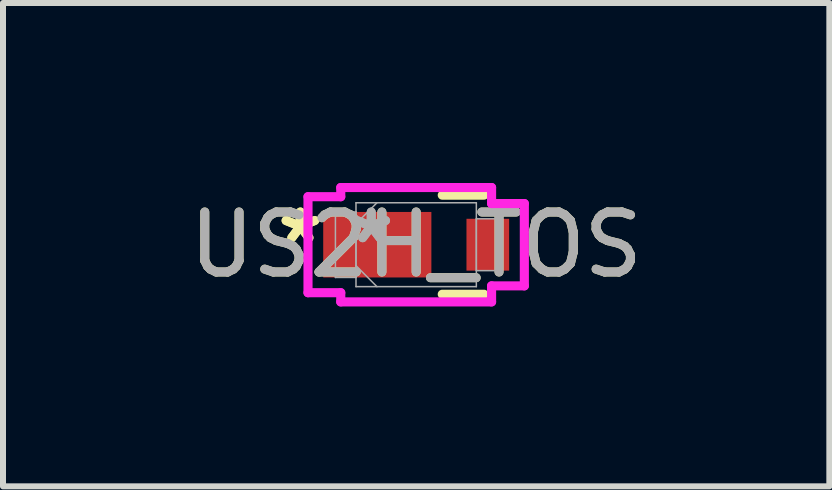
<source format=kicad_pcb>
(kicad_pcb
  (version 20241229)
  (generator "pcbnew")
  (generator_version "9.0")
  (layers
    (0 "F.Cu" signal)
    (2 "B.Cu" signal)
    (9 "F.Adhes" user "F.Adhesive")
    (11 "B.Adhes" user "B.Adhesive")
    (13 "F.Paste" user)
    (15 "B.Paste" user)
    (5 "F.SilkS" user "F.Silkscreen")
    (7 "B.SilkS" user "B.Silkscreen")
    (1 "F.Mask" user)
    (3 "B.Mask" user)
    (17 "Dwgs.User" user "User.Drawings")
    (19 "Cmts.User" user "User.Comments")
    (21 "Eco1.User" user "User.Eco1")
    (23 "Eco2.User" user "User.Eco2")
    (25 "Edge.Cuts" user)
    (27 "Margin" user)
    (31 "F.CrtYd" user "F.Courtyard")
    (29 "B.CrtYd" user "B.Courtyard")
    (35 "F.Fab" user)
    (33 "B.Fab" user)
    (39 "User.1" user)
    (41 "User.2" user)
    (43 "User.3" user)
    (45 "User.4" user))
  (footprint "US2H_TOS"
    (layer "F.Cu")
    (at 3.887 1.029)
    (property "Reference" "US2H_TOS" (at 0 0 0) (unlocked yes) (layer "F.SilkS") (effects (font (size 1 1) (thickness 0.15))))
    (attr smd)
    (fp_line (start 0.435 0.826) (end 1.13 0.826) (stroke (width 0.152) (type solid)) (layer "F.SilkS"))
    (fp_line (start 1.13 -0.826) (end 0.435 -0.826) (stroke (width 0.152) (type solid)) (layer "F.SilkS"))
    (fp_line (start -1.803 -0.8) (end -1.257 -0.8) (stroke (width 0.152) (type solid)) (layer "F.CrtYd"))
    (fp_line (start -1.803 0.8) (end -1.803 -0.8) (stroke (width 0.152) (type solid)) (layer "F.CrtYd"))
    (fp_line (start -1.257 -0.953) (end 1.257 -0.953) (stroke (width 0.152) (type solid)) (layer "F.CrtYd"))
    (fp_line (start -1.257 -0.8) (end -1.257 -0.953) (stroke (width 0.152) (type solid)) (layer "F.CrtYd"))
    (fp_line (start -1.257 0.8) (end -1.803 0.8) (stroke (width 0.152) (type solid)) (layer "F.CrtYd"))
    (fp_line (start -1.257 0.953) (end -1.257 0.8) (stroke (width 0.152) (type solid)) (layer "F.CrtYd"))
    (fp_line (start 1.257 -0.953) (end 1.257 -0.686) (stroke (width 0.152) (type solid)) (layer "F.CrtYd"))
    (fp_line (start 1.257 -0.686) (end 1.803 -0.686) (stroke (width 0.152) (type solid)) (layer "F.CrtYd"))
    (fp_line (start 1.257 0.686) (end 1.257 0.953) (stroke (width 0.152) (type solid)) (layer "F.CrtYd"))
    (fp_line (start 1.257 0.953) (end -1.257 0.953) (stroke (width 0.152) (type solid)) (layer "F.CrtYd"))
    (fp_line (start 1.803 -0.686) (end 1.803 0.686) (stroke (width 0.152) (type solid)) (layer "F.CrtYd"))
    (fp_line (start 1.803 0.686) (end 1.257 0.686) (stroke (width 0.152) (type solid)) (layer "F.CrtYd"))
    (fp_line (start -1.346 -0.546) (end -1.346 0.546) (stroke (width 0.025) (type solid)) (layer "F.Fab"))
    (fp_line (start -1.346 0.546) (end -1.003 0.546) (stroke (width 0.025) (type solid)) (layer "F.Fab"))
    (fp_line (start -1.003 -0.699) (end -1.003 0.699) (stroke (width 0.025) (type solid)) (layer "F.Fab"))
    (fp_line (start -1.003 -0.546) (end -1.346 -0.546) (stroke (width 0.025) (type solid)) (layer "F.Fab"))
    (fp_line (start -1.003 -0.349) (end -0.654 -0.699) (stroke (width 0.025) (type solid)) (layer "F.Fab"))
    (fp_line (start -1.003 0.349) (end -0.654 0.699) (stroke (width 0.025) (type solid)) (layer "F.Fab"))
    (fp_line (start -1.003 0.546) (end -1.003 -0.546) (stroke (width 0.025) (type solid)) (layer "F.Fab"))
    (fp_line (start -1.003 0.699) (end 1.003 0.699) (stroke (width 0.025) (type solid)) (layer "F.Fab"))
    (fp_line (start 1.003 -0.699) (end -1.003 -0.699) (stroke (width 0.025) (type solid)) (layer "F.Fab"))
    (fp_line (start 1.003 -0.432) (end 1.003 0.432) (stroke (width 0.025) (type solid)) (layer "F.Fab"))
    (fp_line (start 1.003 0.432) (end 1.346 0.432) (stroke (width 0.025) (type solid)) (layer "F.Fab"))
    (fp_line (start 1.003 0.699) (end 1.003 -0.699) (stroke (width 0.025) (type solid)) (layer "F.Fab"))
    (fp_line (start 1.346 -0.432) (end 1.003 -0.432) (stroke (width 0.025) (type solid)) (layer "F.Fab"))
    (fp_line (start 1.346 0.432) (end 1.346 -0.432) (stroke (width 0.025) (type solid)) (layer "F.Fab"))
    (fp_text user "*" (at -1.93 0 0) (unlocked yes) (layer "F.SilkS") (effects (font (size 1 1) (thickness 0.15))))
    (fp_text user "*" (at -1.93 0 0) (layer "F.SilkS") (effects (font (size 1 1) (thickness 0.15))))
    (fp_text user "*" (at -0.749 0 0) (layer "F.Fab") (effects (font (size 1 1) (thickness 0.15))))
    (fp_text user "*" (at -0.749 0 0) (unlocked yes) (layer "F.Fab") (effects (font (size 1 1) (thickness 0.15))))
    (fp_text user "${REFERENCE}" (at 0 0 0) (unlocked yes) (layer "F.Fab") (effects (font (size 1 1) (thickness 0.15))))
    (pad "1" smd rect (at -0.648 0) (size 1.803 1.092) (layers "F.Cu" "F.Mask" "F.Paste"))
    (pad "2" smd rect (at 1.194 0) (size 0.711 0.864) (layers "F.Cu" "F.Mask" "F.Paste"))
    (zone (net_name "") (layer "F.Cu") (hatch full 0.508) (connect_pads) (min_thickness 0.254) (filled_areas_thickness no) (keepout (tracks not_allowed) (vias not_allowed) (pads allowed) (copperpour not_allowed) (footprints allowed)) (placement (enabled no)) (fill) (polygon (pts (xy 4.192 0.381) (xy 4.674 0.381) (xy 4.674 1.676) (xy 4.192 1.676)))))
  (gr_rect
    (start -3 -3)
    (end 10.774 5.057)
    (stroke (width 0.1) (type default))
    (fill no)
    (layer "Edge.Cuts")))
</source>
